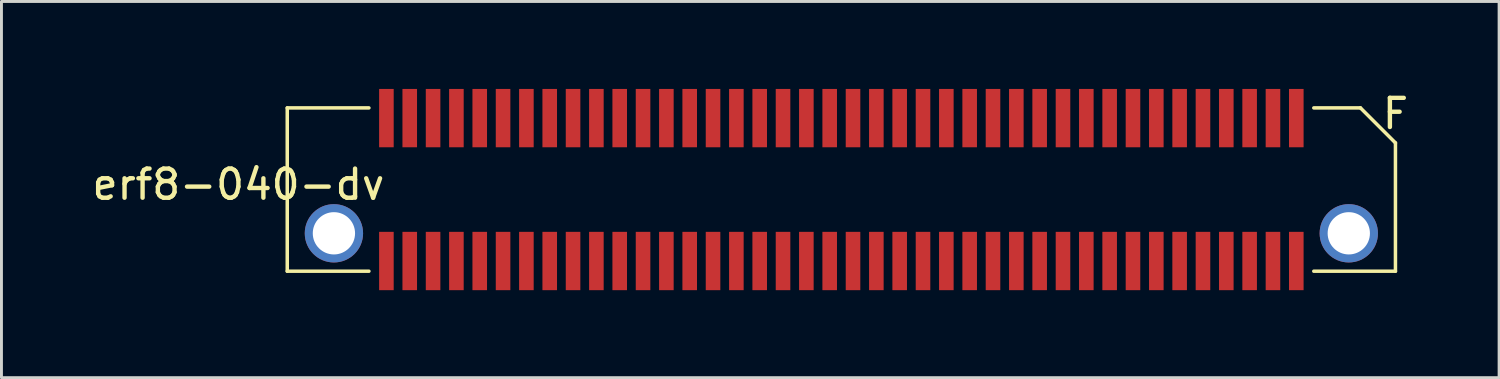
<source format=kicad_pcb>
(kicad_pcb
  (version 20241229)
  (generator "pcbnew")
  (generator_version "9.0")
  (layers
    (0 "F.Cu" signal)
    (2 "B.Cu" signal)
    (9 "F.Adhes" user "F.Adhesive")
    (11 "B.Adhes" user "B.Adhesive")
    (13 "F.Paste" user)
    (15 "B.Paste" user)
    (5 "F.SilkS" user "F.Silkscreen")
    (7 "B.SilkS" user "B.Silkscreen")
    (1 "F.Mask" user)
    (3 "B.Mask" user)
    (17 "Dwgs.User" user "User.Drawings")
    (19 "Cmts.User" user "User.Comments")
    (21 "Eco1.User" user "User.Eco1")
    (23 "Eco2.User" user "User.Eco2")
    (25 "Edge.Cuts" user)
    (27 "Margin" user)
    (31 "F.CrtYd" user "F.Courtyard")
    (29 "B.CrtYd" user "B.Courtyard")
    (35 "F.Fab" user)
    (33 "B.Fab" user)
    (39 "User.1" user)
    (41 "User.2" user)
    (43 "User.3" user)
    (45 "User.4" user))
  (footprint "erf8-040-dv"
    (layer "F.Cu")
    (at 25.8 3.45)
    (property "Reference" "erf8-040-dv" (at -20.675 -0.175 0) (unlocked yes) (layer "F.SilkS") (effects (font (size 1 1) (thickness 0.15))))
    (attr through_hole)
    (fp_line (start -19 -2.8) (end -16.2 -2.8) (stroke (width 0.12) (type solid)) (layer "F.SilkS"))
    (fp_line (start -19 2.8) (end -19 -2.8) (stroke (width 0.12) (type solid)) (layer "F.SilkS"))
    (fp_line (start -16.2 2.8) (end -19 2.8) (stroke (width 0.12) (type solid)) (layer "F.SilkS"))
    (fp_line (start 16.2 -2.8) (end 17.8 -2.8) (stroke (width 0.12) (type solid)) (layer "F.SilkS"))
    (fp_line (start 16.2 2.8) (end 19 2.8) (stroke (width 0.12) (type solid)) (layer "F.SilkS"))
    (fp_line (start 17.8 -2.8) (end 19 -1.6) (stroke (width 0.12) (type solid)) (layer "F.SilkS"))
    (fp_line (start 19 -1.6) (end 19 2.8) (stroke (width 0.12) (type solid)) (layer "F.SilkS"))
    (fp_text user "F" (at 19 -2.6 0) (unlocked yes) (layer "F.SilkS") (effects (font (size 1 1) (thickness 0.15))))
    (pad "1" smd rect (at 15.6 -2.45 270) (size 2 0.5) (layers "F.Cu" "F.Mask" "F.Paste"))
    (pad "2" smd rect (at 15.6 2.45 270) (size 2 0.5) (layers "F.Cu" "F.Mask" "F.Paste"))
    (pad "3" smd rect (at 14.8 -2.45 270) (size 2 0.5) (layers "F.Cu" "F.Mask" "F.Paste"))
    (pad "4" smd rect (at 14.8 2.45 270) (size 2 0.5) (layers "F.Cu" "F.Mask" "F.Paste"))
    (pad "5" smd rect (at 14 -2.45 270) (size 2 0.5) (layers "F.Cu" "F.Mask" "F.Paste"))
    (pad "6" smd rect (at 14 2.45 270) (size 2 0.5) (layers "F.Cu" "F.Mask" "F.Paste"))
    (pad "7" smd rect (at 13.2 -2.45 270) (size 2 0.5) (layers "F.Cu" "F.Mask" "F.Paste"))
    (pad "8" smd rect (at 13.2 2.45 270) (size 2 0.5) (layers "F.Cu" "F.Mask" "F.Paste"))
    (pad "9" smd rect (at 12.4 -2.45 270) (size 2 0.5) (layers "F.Cu" "F.Mask" "F.Paste"))
    (pad "10" smd rect (at 12.4 2.45 270) (size 2 0.5) (layers "F.Cu" "F.Mask" "F.Paste"))
    (pad "11" smd rect (at 11.6 -2.45 270) (size 2 0.5) (layers "F.Cu" "F.Mask" "F.Paste"))
    (pad "12" smd rect (at 11.6 2.45 270) (size 2 0.5) (layers "F.Cu" "F.Mask" "F.Paste"))
    (pad "13" smd rect (at 10.8 -2.45 270) (size 2 0.5) (layers "F.Cu" "F.Mask" "F.Paste"))
    (pad "14" smd rect (at 10.8 2.45 270) (size 2 0.5) (layers "F.Cu" "F.Mask" "F.Paste"))
    (pad "15" smd rect (at 10 -2.45 270) (size 2 0.5) (layers "F.Cu" "F.Mask" "F.Paste"))
    (pad "16" smd rect (at 10 2.45 270) (size 2 0.5) (layers "F.Cu" "F.Mask" "F.Paste"))
    (pad "17" smd rect (at 9.2 -2.45 270) (size 2 0.5) (layers "F.Cu" "F.Mask" "F.Paste"))
    (pad "18" smd rect (at 9.2 2.45 270) (size 2 0.5) (layers "F.Cu" "F.Mask" "F.Paste"))
    (pad "19" smd rect (at 8.4 -2.45 270) (size 2 0.5) (layers "F.Cu" "F.Mask" "F.Paste"))
    (pad "20" smd rect (at 8.4 2.45 270) (size 2 0.5) (layers "F.Cu" "F.Mask" "F.Paste"))
    (pad "21" smd rect (at 7.6 -2.45 270) (size 2 0.5) (layers "F.Cu" "F.Mask" "F.Paste"))
    (pad "22" smd rect (at 7.6 2.45 270) (size 2 0.5) (layers "F.Cu" "F.Mask" "F.Paste"))
    (pad "23" smd rect (at 6.8 -2.45 270) (size 2 0.5) (layers "F.Cu" "F.Mask" "F.Paste"))
    (pad "24" smd rect (at 6.8 2.45 270) (size 2 0.5) (layers "F.Cu" "F.Mask" "F.Paste"))
    (pad "25" smd rect (at 6 -2.45 270) (size 2 0.5) (layers "F.Cu" "F.Mask" "F.Paste"))
    (pad "26" smd rect (at 6 2.45 270) (size 2 0.5) (layers "F.Cu" "F.Mask" "F.Paste"))
    (pad "27" smd rect (at 5.2 -2.45 270) (size 2 0.5) (layers "F.Cu" "F.Mask" "F.Paste"))
    (pad "28" smd rect (at 5.2 2.45 270) (size 2 0.5) (layers "F.Cu" "F.Mask" "F.Paste"))
    (pad "29" smd rect (at 4.4 -2.45 270) (size 2 0.5) (layers "F.Cu" "F.Mask" "F.Paste"))
    (pad "30" smd rect (at 4.4 2.45 270) (size 2 0.5) (layers "F.Cu" "F.Mask" "F.Paste"))
    (pad "31" smd rect (at 3.6 -2.45 270) (size 2 0.5) (layers "F.Cu" "F.Mask" "F.Paste"))
    (pad "32" smd rect (at 3.6 2.45 270) (size 2 0.5) (layers "F.Cu" "F.Mask" "F.Paste"))
    (pad "33" smd rect (at 2.8 -2.45 270) (size 2 0.5) (layers "F.Cu" "F.Mask" "F.Paste"))
    (pad "34" smd rect (at 2.8 2.45 270) (size 2 0.5) (layers "F.Cu" "F.Mask" "F.Paste"))
    (pad "35" smd rect (at 2 -2.45 270) (size 2 0.5) (layers "F.Cu" "F.Mask" "F.Paste"))
    (pad "36" smd rect (at 2 2.45 270) (size 2 0.5) (layers "F.Cu" "F.Mask" "F.Paste"))
    (pad "37" smd rect (at 1.2 -2.45 270) (size 2 0.5) (layers "F.Cu" "F.Mask" "F.Paste"))
    (pad "38" smd rect (at 1.2 2.45 270) (size 2 0.5) (layers "F.Cu" "F.Mask" "F.Paste"))
    (pad "39" smd rect (at 0.4 -2.45 270) (size 2 0.5) (layers "F.Cu" "F.Mask" "F.Paste"))
    (pad "40" smd rect (at 0.4 2.45 270) (size 2 0.5) (layers "F.Cu" "F.Mask" "F.Paste"))
    (pad "41" smd rect (at -0.4 -2.45 270) (size 2 0.5) (layers "F.Cu" "F.Mask" "F.Paste"))
    (pad "42" smd rect (at -0.4 2.45 270) (size 2 0.5) (layers "F.Cu" "F.Mask" "F.Paste"))
    (pad "43" smd rect (at -1.2 -2.45 270) (size 2 0.5) (layers "F.Cu" "F.Mask" "F.Paste"))
    (pad "44" smd rect (at -1.2 2.45 270) (size 2 0.5) (layers "F.Cu" "F.Mask" "F.Paste"))
    (pad "45" smd rect (at -2 -2.45 270) (size 2 0.5) (layers "F.Cu" "F.Mask" "F.Paste"))
    (pad "46" smd rect (at -2 2.45 270) (size 2 0.5) (layers "F.Cu" "F.Mask" "F.Paste"))
    (pad "47" smd rect (at -2.8 -2.45 270) (size 2 0.5) (layers "F.Cu" "F.Mask" "F.Paste"))
    (pad "48" smd rect (at -2.8 2.45 270) (size 2 0.5) (layers "F.Cu" "F.Mask" "F.Paste"))
    (pad "49" smd rect (at -3.6 -2.45 270) (size 2 0.5) (layers "F.Cu" "F.Mask" "F.Paste"))
    (pad "50" smd rect (at -3.6 2.45 270) (size 2 0.5) (layers "F.Cu" "F.Mask" "F.Paste"))
    (pad "51" smd rect (at -4.4 -2.45 270) (size 2 0.5) (layers "F.Cu" "F.Mask" "F.Paste"))
    (pad "52" smd rect (at -4.4 2.45 270) (size 2 0.5) (layers "F.Cu" "F.Mask" "F.Paste"))
    (pad "53" smd rect (at -5.2 -2.45 270) (size 2 0.5) (layers "F.Cu" "F.Mask" "F.Paste"))
    (pad "54" smd rect (at -5.2 2.45 270) (size 2 0.5) (layers "F.Cu" "F.Mask" "F.Paste"))
    (pad "55" smd rect (at -6 -2.45 270) (size 2 0.5) (layers "F.Cu" "F.Mask" "F.Paste"))
    (pad "56" smd rect (at -6 2.45 270) (size 2 0.5) (layers "F.Cu" "F.Mask" "F.Paste"))
    (pad "57" smd rect (at -6.8 -2.45 270) (size 2 0.5) (layers "F.Cu" "F.Mask" "F.Paste"))
    (pad "58" smd rect (at -6.8 2.45 270) (size 2 0.5) (layers "F.Cu" "F.Mask" "F.Paste"))
    (pad "59" smd rect (at -7.6 -2.45 270) (size 2 0.5) (layers "F.Cu" "F.Mask" "F.Paste"))
    (pad "60" smd rect (at -7.6 2.45 270) (size 2 0.5) (layers "F.Cu" "F.Mask" "F.Paste"))
    (pad "61" smd rect (at -8.4 -2.45 270) (size 2 0.5) (layers "F.Cu" "F.Mask" "F.Paste"))
    (pad "62" smd rect (at -8.4 2.45 270) (size 2 0.5) (layers "F.Cu" "F.Mask" "F.Paste"))
    (pad "63" smd rect (at -9.2 -2.45 270) (size 2 0.5) (layers "F.Cu" "F.Mask" "F.Paste"))
    (pad "64" smd rect (at -9.2 2.45 270) (size 2 0.5) (layers "F.Cu" "F.Mask" "F.Paste"))
    (pad "65" smd rect (at -10 -2.45 270) (size 2 0.5) (layers "F.Cu" "F.Mask" "F.Paste"))
    (pad "66" smd rect (at -10 2.45 270) (size 2 0.5) (layers "F.Cu" "F.Mask" "F.Paste"))
    (pad "67" smd rect (at -10.8 -2.45 270) (size 2 0.5) (layers "F.Cu" "F.Mask" "F.Paste"))
    (pad "68" smd rect (at -10.8 2.45 270) (size 2 0.5) (layers "F.Cu" "F.Mask" "F.Paste"))
    (pad "69" smd rect (at -11.6 -2.45 270) (size 2 0.5) (layers "F.Cu" "F.Mask" "F.Paste"))
    (pad "70" smd rect (at -11.6 2.45 270) (size 2 0.5) (layers "F.Cu" "F.Mask" "F.Paste"))
    (pad "71" smd rect (at -12.4 -2.45 270) (size 2 0.5) (layers "F.Cu" "F.Mask" "F.Paste"))
    (pad "72" smd rect (at -12.4 2.45 270) (size 2 0.5) (layers "F.Cu" "F.Mask" "F.Paste"))
    (pad "73" smd rect (at -13.2 -2.45 270) (size 2 0.5) (layers "F.Cu" "F.Mask" "F.Paste"))
    (pad "74" smd rect (at -13.2 2.45 270) (size 2 0.5) (layers "F.Cu" "F.Mask" "F.Paste"))
    (pad "75" smd rect (at -14 -2.45 270) (size 2 0.5) (layers "F.Cu" "F.Mask" "F.Paste"))
    (pad "76" smd rect (at -14 2.45 270) (size 2 0.5) (layers "F.Cu" "F.Mask" "F.Paste"))
    (pad "77" smd rect (at -14.8 -2.45 270) (size 2 0.5) (layers "F.Cu" "F.Mask" "F.Paste"))
    (pad "78" smd rect (at -14.8 2.45 270) (size 2 0.5) (layers "F.Cu" "F.Mask" "F.Paste"))
    (pad "79" smd rect (at -15.6 -2.45 270) (size 2 0.5) (layers "F.Cu" "F.Mask" "F.Paste"))
    (pad "80" smd rect (at -15.6 2.45 270) (size 2 0.5) (layers "F.Cu" "F.Mask" "F.Paste"))
    (pad "G1" thru_hole circle (at -17.4 1.5 90) (size 2 2) (drill 1.45) (layers "*.Cu" "*.Mask"))
    (pad "G2" thru_hole circle (at 17.4 1.5 90) (size 2 2) (drill 1.45) (layers "*.Cu" "*.Mask")))
  (gr_rect
    (start -3 -3)
    (end 48.354 9.9)
    (stroke (width 0.1) (type default))
    (fill no)
    (layer "Edge.Cuts")))
</source>
